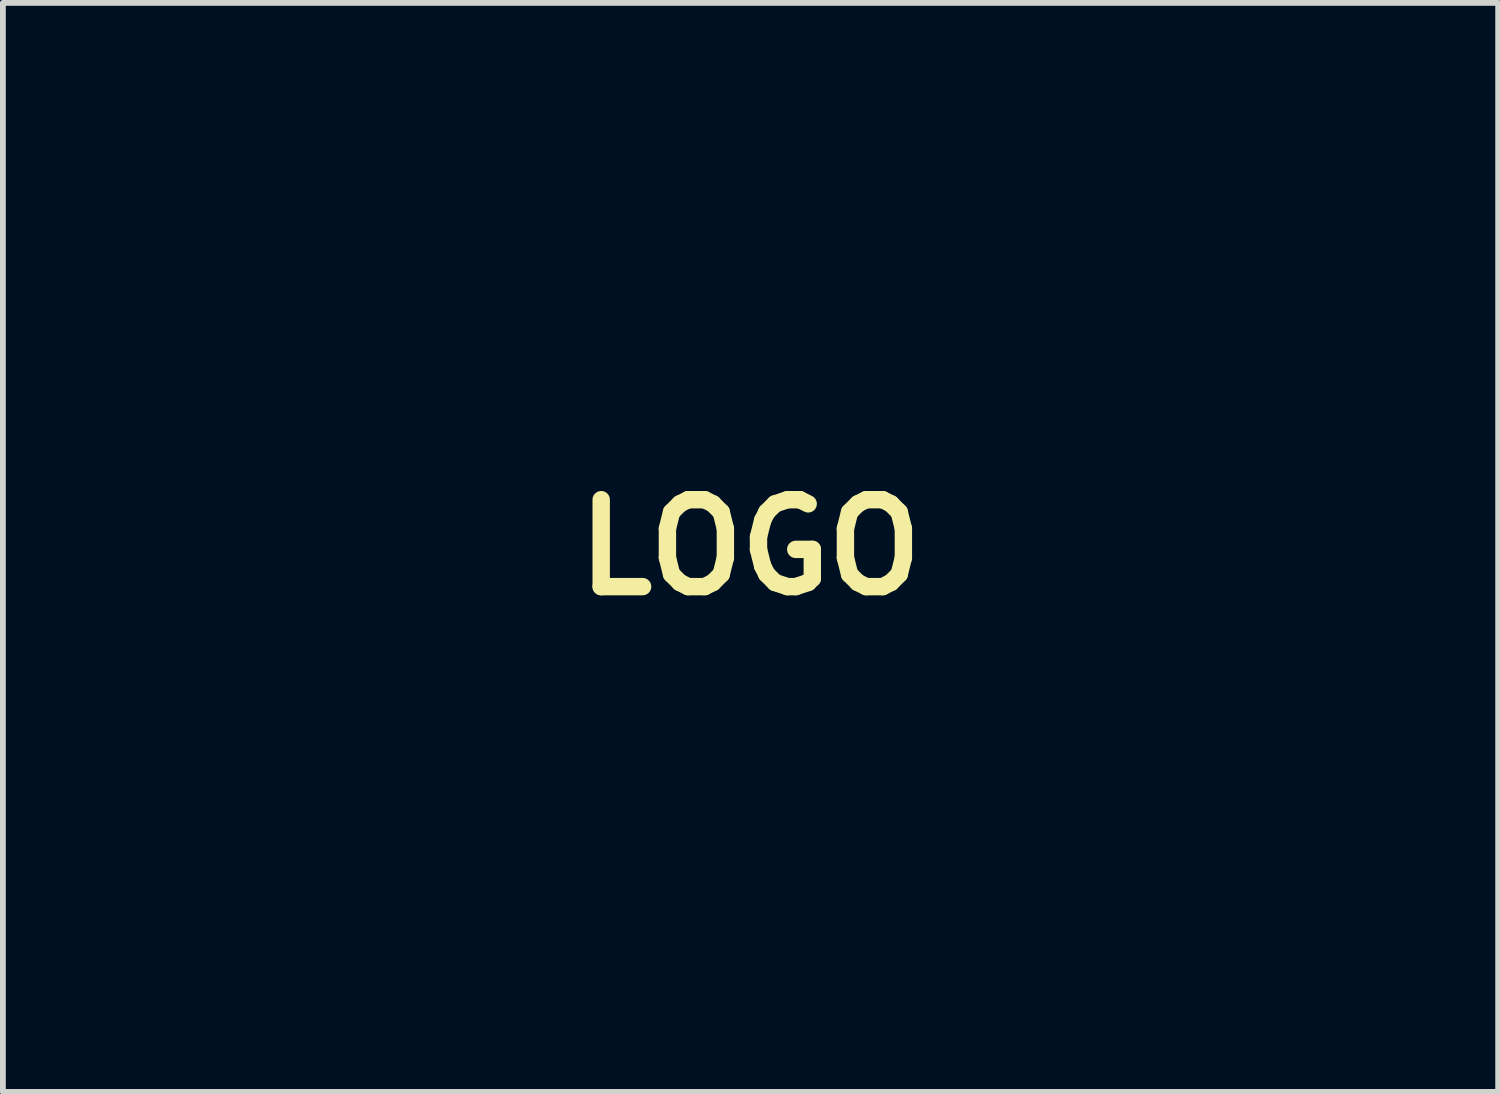
<source format=kicad_pcb>
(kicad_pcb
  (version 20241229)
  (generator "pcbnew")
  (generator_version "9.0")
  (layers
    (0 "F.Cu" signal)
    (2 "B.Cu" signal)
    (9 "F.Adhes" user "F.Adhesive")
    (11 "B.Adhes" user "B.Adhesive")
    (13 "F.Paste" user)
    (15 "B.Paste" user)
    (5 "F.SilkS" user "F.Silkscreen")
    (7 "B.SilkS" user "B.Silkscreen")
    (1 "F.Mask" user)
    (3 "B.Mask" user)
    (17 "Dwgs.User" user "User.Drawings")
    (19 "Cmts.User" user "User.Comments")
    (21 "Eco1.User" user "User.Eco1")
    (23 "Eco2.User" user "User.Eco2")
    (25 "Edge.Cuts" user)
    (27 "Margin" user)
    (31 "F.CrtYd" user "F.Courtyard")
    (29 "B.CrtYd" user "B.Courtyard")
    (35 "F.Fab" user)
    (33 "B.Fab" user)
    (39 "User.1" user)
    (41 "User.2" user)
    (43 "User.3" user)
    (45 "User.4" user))
  (footprint "LOGO"
    (layer "F.Cu")
    (at 9.895 6.394)
    (property "Reference" "LOGO" (at 0 0 0) (layer "F.SilkS") (effects (font (size 1.5 1.5) (thickness 0.3))))
    (attr board_only exclude_from_pos_files exclude_from_bom)
    (fp_poly (pts (xy -8.98 2.141) (xy -8.875 2.157) (xy -8.816 2.173) (xy -8.69 2.225) (xy -8.578 2.294) (xy -8.477 2.381) (xy -8.389 2.483) (xy -8.321 2.593) (xy -8.268 2.719) (xy -8.267 2.721) (xy -8.234 2.818) (xy -8.234 3.617) (xy -8.234 4.417) (xy -8.267 4.514) (xy -8.32 4.64) (xy -8.389 4.751) (xy -8.477 4.853) (xy -8.585 4.946) (xy -8.702 5.016) (xy -8.829 5.065) (xy -8.966 5.091) (xy -9.034 5.096) (xy -9.093 5.097) (xy -9.149 5.096) (xy -9.194 5.092) (xy -9.209 5.089) (xy -9.344 5.052) (xy -9.464 4.998) (xy -9.571 4.926) (xy -9.653 4.854) (xy -9.73 4.767) (xy -9.791 4.676) (xy -9.839 4.575) (xy -9.866 4.496) (xy -9.895 4.405) (xy -9.895 4.381) (xy -9.507 4.381) (xy -9.474 4.447) (xy -9.417 4.54) (xy -9.348 4.613) (xy -9.265 4.667) (xy -9.206 4.692) (xy -9.13 4.709) (xy -9.044 4.712) (xy -8.957 4.7) (xy -8.88 4.675) (xy -8.88 4.675) (xy -8.804 4.628) (xy -8.734 4.564) (xy -8.677 4.488) (xy -8.658 4.453) (xy -8.622 4.381) (xy -8.622 3.617) (xy -8.622 2.854) (xy -8.658 2.781) (xy -8.708 2.702) (xy -8.774 2.631) (xy -8.849 2.575) (xy -8.88 2.559) (xy -8.917 2.543) (xy -8.952 2.533) (xy -8.991 2.528) (xy -9.044 2.527) (xy -9.065 2.527) (xy -9.123 2.528) (xy -9.166 2.531) (xy -9.201 2.54) (xy -9.237 2.554) (xy -9.249 2.559) (xy -9.323 2.604) (xy -9.391 2.666) (xy -9.448 2.738) (xy -9.474 2.784) (xy -9.507 2.854) (xy -9.507 3.617) (xy -9.507 4.381) (xy -9.895 4.381) (xy -9.895 3.617) (xy -9.895 2.83) (xy -9.866 2.739) (xy -9.824 2.626) (xy -9.773 2.528) (xy -9.707 2.44) (xy -9.653 2.381) (xy -9.566 2.303) (xy -9.475 2.243) (xy -9.374 2.195) (xy -9.295 2.167) (xy -9.199 2.146) (xy -9.091 2.138)) (stroke (width 0) (type solid)) (fill yes) (layer "F.Mask"))
    (fp_poly (pts (xy -4.61 2.14) (xy -4.508 2.155) (xy -4.46 2.167) (xy -4.342 2.211) (xy -4.242 2.266) (xy -4.151 2.334) (xy -4.108 2.375) (xy -4.021 2.475) (xy -3.953 2.58) (xy -3.901 2.698) (xy -3.893 2.721) (xy -3.86 2.818) (xy -3.86 3.256) (xy -3.86 3.371) (xy -3.86 3.464) (xy -3.861 3.538) (xy -3.862 3.595) (xy -3.863 3.638) (xy -3.865 3.669) (xy -3.868 3.691) (xy -3.873 3.706) (xy -3.878 3.718) (xy -3.884 3.727) (xy -3.885 3.728) (xy -3.914 3.76) (xy -3.943 3.786) (xy -3.951 3.792) (xy -3.961 3.797) (xy -3.975 3.801) (xy -3.994 3.804) (xy -4.021 3.807) (xy -4.058 3.809) (xy -4.107 3.81) (xy -4.17 3.811) (xy -4.25 3.812) (xy -4.348 3.813) (xy -4.467 3.814) (xy -4.558 3.815) (xy -5.14 3.818) (xy -5.136 4.099) (xy -5.132 4.381) (xy -5.094 4.461) (xy -5.04 4.551) (xy -4.971 4.622) (xy -4.884 4.677) (xy -4.873 4.682) (xy -4.829 4.701) (xy -4.791 4.713) (xy -4.75 4.718) (xy -4.697 4.72) (xy -4.69 4.72) (xy -4.6 4.713) (xy -4.522 4.69) (xy -4.448 4.648) (xy -4.396 4.607) (xy -4.329 4.56) (xy -4.264 4.537) (xy -4.201 4.538) (xy -4.142 4.563) (xy -4.106 4.591) (xy -4.063 4.644) (xy -4.043 4.7) (xy -4.046 4.759) (xy -4.072 4.819) (xy -4.12 4.879) (xy -4.189 4.939) (xy -4.279 4.997) (xy -4.318 5.018) (xy -4.425 5.061) (xy -4.543 5.089) (xy -4.668 5.102) (xy -4.792 5.098) (xy -4.903 5.078) (xy -5.038 5.031) (xy -5.159 4.964) (xy -5.265 4.878) (xy -5.356 4.775) (xy -5.43 4.655) (xy -5.485 4.523) (xy -5.52 4.417) (xy -5.52 3.617) (xy -5.52 3.429) (xy -5.14 3.429) (xy -4.69 3.429) (xy -4.239 3.429) (xy -4.244 3.142) (xy -4.248 2.854) (xy -4.283 2.781) (xy -4.333 2.702) (xy -4.399 2.631) (xy -4.474 2.576) (xy -4.505 2.559) (xy -4.543 2.543) (xy -4.577 2.533) (xy -4.617 2.528) (xy -4.67 2.527) (xy -4.69 2.527) (xy -4.748 2.528) (xy -4.791 2.531) (xy -4.826 2.54) (xy -4.862 2.554) (xy -4.874 2.559) (xy -4.952 2.607) (xy -5.022 2.672) (xy -5.079 2.749) (xy -5.097 2.781) (xy -5.132 2.854) (xy -5.136 3.142) (xy -5.14 3.429) (xy -5.52 3.429) (xy -5.52 2.818) (xy -5.487 2.721) (xy -5.437 2.599) (xy -5.372 2.492) (xy -5.288 2.392) (xy -5.271 2.375) (xy -5.184 2.298) (xy -5.089 2.237) (xy -4.981 2.188) (xy -4.92 2.167) (xy -4.826 2.147) (xy -4.719 2.137)) (stroke (width 0) (type solid)) (fill yes) (layer "F.Mask"))
    (fp_poly (pts (xy 0.697 2.14) (xy 0.799 2.155) (xy 0.848 2.167) (xy 0.966 2.211) (xy 1.066 2.266) (xy 1.157 2.334) (xy 1.2 2.375) (xy 1.287 2.475) (xy 1.355 2.58) (xy 1.407 2.698) (xy 1.415 2.721) (xy 1.448 2.818) (xy 1.448 3.256) (xy 1.448 3.371) (xy 1.448 3.464) (xy 1.447 3.538) (xy 1.446 3.595) (xy 1.445 3.638) (xy 1.442 3.669) (xy 1.439 3.691) (xy 1.435 3.706) (xy 1.43 3.718) (xy 1.424 3.727) (xy 1.423 3.728) (xy 1.394 3.76) (xy 1.365 3.786) (xy 1.356 3.792) (xy 1.347 3.797) (xy 1.333 3.801) (xy 1.314 3.804) (xy 1.287 3.807) (xy 1.25 3.809) (xy 1.201 3.81) (xy 1.138 3.811) (xy 1.058 3.812) (xy 0.959 3.813) (xy 0.84 3.814) (xy 0.75 3.815) (xy 0.168 3.818) (xy 0.172 4.099) (xy 0.176 4.381) (xy 0.214 4.461) (xy 0.268 4.551) (xy 0.337 4.622) (xy 0.424 4.677) (xy 0.434 4.682) (xy 0.479 4.701) (xy 0.517 4.713) (xy 0.557 4.718) (xy 0.611 4.72) (xy 0.618 4.72) (xy 0.708 4.713) (xy 0.786 4.69) (xy 0.86 4.648) (xy 0.912 4.607) (xy 0.979 4.56) (xy 1.044 4.537) (xy 1.106 4.538) (xy 1.166 4.563) (xy 1.202 4.591) (xy 1.245 4.644) (xy 1.265 4.7) (xy 1.261 4.759) (xy 1.236 4.819) (xy 1.188 4.879) (xy 1.119 4.939) (xy 1.029 4.997) (xy 0.989 5.018) (xy 0.883 5.061) (xy 0.764 5.089) (xy 0.64 5.102) (xy 0.516 5.098) (xy 0.404 5.078) (xy 0.27 5.031) (xy 0.149 4.964) (xy 0.042 4.878) (xy -0.049 4.775) (xy -0.122 4.655) (xy -0.177 4.523) (xy -0.212 4.417) (xy -0.212 3.617) (xy -0.212 3.429) (xy 0.168 3.429) (xy 0.618 3.429) (xy 1.068 3.429) (xy 1.064 3.142) (xy 1.06 2.854) (xy 1.025 2.781) (xy 0.975 2.702) (xy 0.909 2.631) (xy 0.834 2.576) (xy 0.803 2.559) (xy 0.765 2.543) (xy 0.731 2.533) (xy 0.691 2.528) (xy 0.638 2.527) (xy 0.618 2.527) (xy 0.559 2.528) (xy 0.517 2.531) (xy 0.481 2.54) (xy 0.446 2.554) (xy 0.433 2.559) (xy 0.356 2.607) (xy 0.286 2.672) (xy 0.229 2.749) (xy 0.211 2.781) (xy 0.176 2.854) (xy 0.172 3.142) (xy 0.168 3.429) (xy -0.212 3.429) (xy -0.212 2.818) (xy -0.179 2.721) (xy -0.129 2.599) (xy -0.064 2.492) (xy 0.02 2.392) (xy 0.036 2.375) (xy 0.124 2.298) (xy 0.219 2.237) (xy 0.327 2.188) (xy 0.388 2.167) (xy 0.482 2.147) (xy 0.589 2.137)) (stroke (width 0) (type solid)) (fill yes) (layer "F.Mask"))
    (fp_poly (pts (xy -2.251 2.201) (xy -2.15 2.242) (xy -2.065 2.288) (xy -1.988 2.345) (xy -1.922 2.406) (xy -1.834 2.507) (xy -1.765 2.617) (xy -1.713 2.741) (xy -1.711 2.745) (xy -1.678 2.842) (xy -1.678 3.91) (xy -1.678 4.096) (xy -1.678 4.258) (xy -1.679 4.4) (xy -1.679 4.521) (xy -1.679 4.625) (xy -1.68 4.712) (xy -1.68 4.784) (xy -1.682 4.843) (xy -1.683 4.89) (xy -1.684 4.926) (xy -1.686 4.953) (xy -1.689 4.974) (xy -1.692 4.988) (xy -1.695 4.998) (xy -1.698 5.005) (xy -1.703 5.011) (xy -1.703 5.012) (xy -1.745 5.058) (xy -1.79 5.085) (xy -1.845 5.095) (xy -1.866 5.096) (xy -1.926 5.09) (xy -1.974 5.069) (xy -2.015 5.03) (xy -2.029 5.012) (xy -2.033 5.006) (xy -2.037 4.999) (xy -2.041 4.989) (xy -2.044 4.975) (xy -2.046 4.955) (xy -2.048 4.927) (xy -2.05 4.891) (xy -2.052 4.845) (xy -2.053 4.786) (xy -2.054 4.715) (xy -2.055 4.628) (xy -2.056 4.524) (xy -2.057 4.402) (xy -2.058 4.261) (xy -2.059 4.098) (xy -2.06 3.928) (xy -2.066 2.878) (xy -2.102 2.806) (xy -2.157 2.72) (xy -2.23 2.646) (xy -2.315 2.59) (xy -2.321 2.586) (xy -2.393 2.551) (xy -2.681 2.547) (xy -2.969 2.543) (xy -2.972 3.761) (xy -2.972 3.959) (xy -2.973 4.135) (xy -2.973 4.29) (xy -2.974 4.424) (xy -2.975 4.54) (xy -2.975 4.639) (xy -2.976 4.722) (xy -2.977 4.791) (xy -2.978 4.848) (xy -2.98 4.893) (xy -2.981 4.928) (xy -2.983 4.954) (xy -2.986 4.974) (xy -2.988 4.988) (xy -2.992 4.998) (xy -2.995 5.005) (xy -2.999 5.011) (xy -3 5.012) (xy -3.028 5.044) (xy -3.057 5.069) (xy -3.097 5.088) (xy -3.15 5.097) (xy -3.203 5.096) (xy -3.242 5.085) (xy -3.286 5.056) (xy -3.323 5.013) (xy -3.347 4.967) (xy -3.351 4.953) (xy -3.352 4.936) (xy -3.352 4.896) (xy -3.353 4.835) (xy -3.354 4.755) (xy -3.354 4.657) (xy -3.355 4.543) (xy -3.355 4.414) (xy -3.355 4.273) (xy -3.355 4.12) (xy -3.355 3.958) (xy -3.355 3.787) (xy -3.354 3.61) (xy -3.354 3.597) (xy -3.354 3.39) (xy -3.353 3.206) (xy -3.353 3.043) (xy -3.352 2.901) (xy -3.351 2.777) (xy -3.351 2.671) (xy -3.35 2.58) (xy -3.349 2.504) (xy -3.348 2.442) (xy -3.347 2.391) (xy -3.345 2.351) (xy -3.343 2.32) (xy -3.341 2.296) (xy -3.339 2.279) (xy -3.336 2.267) (xy -3.333 2.258) (xy -3.329 2.252) (xy -3.326 2.247) (xy -3.297 2.214) (xy -3.267 2.188) (xy -3.258 2.182) (xy -3.247 2.176) (xy -3.231 2.172) (xy -3.21 2.169) (xy -3.179 2.167) (xy -3.137 2.165) (xy -3.08 2.164) (xy -3.008 2.163) (xy -2.916 2.163) (xy -2.802 2.163) (xy -2.795 2.163) (xy -2.357 2.163)) (stroke (width 0) (type solid)) (fill yes) (layer "F.Mask"))
    (fp_poly (pts (xy 4.435 0.848) (xy 4.482 0.869) (xy 4.524 0.908) (xy 4.538 0.926) (xy 4.543 0.934) (xy 4.548 0.944) (xy 4.552 0.957) (xy 4.555 0.976) (xy 4.558 1.002) (xy 4.56 1.039) (xy 4.561 1.087) (xy 4.563 1.149) (xy 4.564 1.228) (xy 4.564 1.325) (xy 4.565 1.442) (xy 4.566 1.557) (xy 4.569 2.155) (xy 4.875 2.16) (xy 4.97 2.161) (xy 5.044 2.163) (xy 5.102 2.165) (xy 5.146 2.168) (xy 5.182 2.172) (xy 5.212 2.178) (xy 5.24 2.185) (xy 5.27 2.194) (xy 5.278 2.197) (xy 5.404 2.249) (xy 5.515 2.318) (xy 5.617 2.406) (xy 5.704 2.507) (xy 5.773 2.617) (xy 5.826 2.743) (xy 5.826 2.745) (xy 5.859 2.842) (xy 5.859 3.91) (xy 5.859 4.096) (xy 5.859 4.258) (xy 5.859 4.4) (xy 5.859 4.521) (xy 5.858 4.625) (xy 5.858 4.712) (xy 5.857 4.784) (xy 5.856 4.843) (xy 5.855 4.89) (xy 5.853 4.926) (xy 5.851 4.953) (xy 5.849 4.974) (xy 5.846 4.988) (xy 5.843 4.998) (xy 5.839 5.005) (xy 5.835 5.011) (xy 5.834 5.012) (xy 5.792 5.058) (xy 5.748 5.085) (xy 5.693 5.095) (xy 5.671 5.096) (xy 5.611 5.09) (xy 5.564 5.069) (xy 5.522 5.03) (xy 5.509 5.012) (xy 5.504 5.006) (xy 5.5 4.999) (xy 5.497 4.989) (xy 5.494 4.975) (xy 5.492 4.955) (xy 5.489 4.927) (xy 5.488 4.891) (xy 5.486 4.845) (xy 5.485 4.786) (xy 5.483 4.715) (xy 5.482 4.628) (xy 5.481 4.524) (xy 5.48 4.402) (xy 5.479 4.261) (xy 5.478 4.098) (xy 5.477 3.928) (xy 5.471 2.878) (xy 5.436 2.806) (xy 5.381 2.72) (xy 5.308 2.646) (xy 5.223 2.59) (xy 5.217 2.586) (xy 5.144 2.551) (xy 4.857 2.547) (xy 4.569 2.543) (xy 4.566 3.761) (xy 4.565 3.959) (xy 4.565 4.135) (xy 4.564 4.29) (xy 4.564 4.424) (xy 4.563 4.54) (xy 4.562 4.639) (xy 4.561 4.722) (xy 4.56 4.791) (xy 4.559 4.848) (xy 4.558 4.893) (xy 4.556 4.928) (xy 4.554 4.954) (xy 4.552 4.974) (xy 4.549 4.988) (xy 4.546 4.998) (xy 4.543 5.005) (xy 4.539 5.011) (xy 4.538 5.012) (xy 4.509 5.044) (xy 4.481 5.069) (xy 4.44 5.088) (xy 4.388 5.097) (xy 4.334 5.096) (xy 4.295 5.085) (xy 4.252 5.056) (xy 4.214 5.013) (xy 4.19 4.967) (xy 4.187 4.953) (xy 4.186 4.937) (xy 4.185 4.898) (xy 4.185 4.837) (xy 4.184 4.756) (xy 4.184 4.655) (xy 4.183 4.538) (xy 4.183 4.403) (xy 4.183 4.254) (xy 4.183 4.091) (xy 4.183 3.915) (xy 4.183 3.728) (xy 4.183 3.531) (xy 4.183 3.326) (xy 4.183 3.113) (xy 4.183 2.937) (xy 4.184 2.68) (xy 4.184 2.447) (xy 4.185 2.236) (xy 4.185 2.046) (xy 4.186 1.876) (xy 4.186 1.724) (xy 4.187 1.59) (xy 4.187 1.472) (xy 4.188 1.37) (xy 4.189 1.281) (xy 4.19 1.206) (xy 4.191 1.143) (xy 4.192 1.091) (xy 4.193 1.049) (xy 4.195 1.015) (xy 4.196 0.988) (xy 4.198 0.968) (xy 4.2 0.954) (xy 4.203 0.943) (xy 4.205 0.936) (xy 4.208 0.931) (xy 4.212 0.926) (xy 4.212 0.926) (xy 4.254 0.879) (xy 4.298 0.853) (xy 4.353 0.843) (xy 4.375 0.842)) (stroke (width 0) (type solid)) (fill yes) (layer "F.Mask"))
    (fp_poly (pts (xy 9.21 2.14) (xy 9.274 2.14) (xy 9.322 2.143) (xy 9.361 2.15) (xy 9.401 2.161) (xy 9.448 2.177) (xy 9.452 2.179) (xy 9.572 2.235) (xy 9.68 2.306) (xy 9.773 2.39) (xy 9.847 2.484) (xy 9.861 2.507) (xy 9.888 2.572) (xy 9.893 2.637) (xy 9.878 2.697) (xy 9.842 2.748) (xy 9.792 2.784) (xy 9.725 2.806) (xy 9.661 2.806) (xy 9.602 2.783) (xy 9.553 2.739) (xy 9.534 2.712) (xy 9.477 2.636) (xy 9.409 2.581) (xy 9.327 2.545) (xy 9.231 2.529) (xy 9.198 2.528) (xy 9.115 2.532) (xy 9.047 2.549) (xy 8.988 2.581) (xy 8.928 2.632) (xy 8.925 2.635) (xy 8.868 2.708) (xy 8.83 2.789) (xy 8.812 2.875) (xy 8.814 2.962) (xy 8.836 3.045) (xy 8.878 3.121) (xy 8.896 3.143) (xy 8.919 3.165) (xy 8.96 3.199) (xy 9.017 3.243) (xy 9.086 3.295) (xy 9.166 3.353) (xy 9.255 3.416) (xy 9.281 3.434) (xy 9.364 3.493) (xy 9.443 3.55) (xy 9.516 3.604) (xy 9.58 3.652) (xy 9.631 3.692) (xy 9.667 3.721) (xy 9.679 3.733) (xy 9.763 3.83) (xy 9.828 3.937) (xy 9.869 4.035) (xy 9.885 4.079) (xy 9.895 4.117) (xy 9.901 4.154) (xy 9.905 4.197) (xy 9.906 4.253) (xy 9.906 4.302) (xy 9.903 4.407) (xy 9.893 4.495) (xy 9.872 4.573) (xy 9.841 4.647) (xy 9.796 4.724) (xy 9.792 4.731) (xy 9.708 4.839) (xy 9.609 4.93) (xy 9.498 5.002) (xy 9.378 5.056) (xy 9.252 5.09) (xy 9.121 5.102) (xy 8.99 5.092) (xy 8.922 5.077) (xy 8.799 5.034) (xy 8.684 4.972) (xy 8.58 4.893) (xy 8.493 4.802) (xy 8.455 4.75) (xy 8.418 4.679) (xy 8.402 4.61) (xy 8.407 4.548) (xy 8.432 4.495) (xy 8.476 4.452) (xy 8.539 4.424) (xy 8.545 4.422) (xy 8.613 4.414) (xy 8.671 4.429) (xy 8.723 4.466) (xy 8.74 4.486) (xy 8.792 4.549) (xy 8.835 4.596) (xy 8.874 4.63) (xy 8.912 4.657) (xy 8.94 4.672) (xy 8.978 4.69) (xy 9.012 4.7) (xy 9.051 4.706) (xy 9.102 4.707) (xy 9.119 4.708) (xy 9.175 4.707) (xy 9.215 4.703) (xy 9.248 4.695) (xy 9.283 4.68) (xy 9.297 4.673) (xy 9.376 4.622) (xy 9.444 4.554) (xy 9.491 4.484) (xy 9.504 4.455) (xy 9.512 4.426) (xy 9.517 4.39) (xy 9.519 4.34) (xy 9.519 4.302) (xy 9.518 4.243) (xy 9.516 4.202) (xy 9.511 4.171) (xy 9.501 4.144) (xy 9.485 4.113) (xy 9.483 4.11) (xy 9.471 4.088) (xy 9.458 4.069) (xy 9.443 4.05) (xy 9.424 4.029) (xy 9.398 4.006) (xy 9.364 3.979) (xy 9.32 3.945) (xy 9.264 3.904) (xy 9.194 3.853) (xy 9.107 3.791) (xy 9.016 3.726) (xy 8.918 3.657) (xy 8.831 3.593) (xy 8.755 3.536) (xy 8.694 3.488) (xy 8.649 3.451) (xy 8.621 3.425) (xy 8.62 3.423) (xy 8.546 3.323) (xy 8.486 3.207) (xy 8.457 3.127) (xy 8.436 3.034) (xy 8.427 2.931) (xy 8.43 2.827) (xy 8.443 2.73) (xy 8.455 2.684) (xy 8.506 2.562) (xy 8.578 2.45) (xy 8.667 2.351) (xy 8.772 2.267) (xy 8.889 2.202) (xy 8.98 2.167) (xy 9.029 2.153) (xy 9.076 2.145) (xy 9.13 2.141) (xy 9.198 2.139)) (stroke (width 0) (type solid)) (fill yes) (layer "F.Mask"))
    (fp_poly (pts (xy 8.03 2.157) (xy 8.081 2.189) (xy 8.12 2.236) (xy 8.141 2.294) (xy 8.144 2.325) (xy 8.14 2.34) (xy 8.13 2.376) (xy 8.114 2.432) (xy 8.093 2.507) (xy 8.066 2.599) (xy 8.035 2.707) (xy 7.999 2.828) (xy 7.96 2.962) (xy 7.918 3.106) (xy 7.872 3.26) (xy 7.825 3.422) (xy 7.775 3.59) (xy 7.724 3.762) (xy 7.672 3.937) (xy 7.619 4.114) (xy 7.567 4.291) (xy 7.514 4.467) (xy 7.463 4.639) (xy 7.413 4.806) (xy 7.365 4.968) (xy 7.319 5.121) (xy 7.275 5.266) (xy 7.235 5.399) (xy 7.198 5.52) (xy 7.166 5.627) (xy 7.138 5.719) (xy 7.124 5.762) (xy 7.087 5.87) (xy 7.047 5.959) (xy 7 6.036) (xy 6.943 6.107) (xy 6.908 6.144) (xy 6.797 6.239) (xy 6.676 6.312) (xy 6.547 6.362) (xy 6.411 6.39) (xy 6.368 6.394) (xy 6.316 6.397) (xy 6.28 6.395) (xy 6.251 6.388) (xy 6.221 6.374) (xy 6.218 6.372) (xy 6.165 6.332) (xy 6.132 6.278) (xy 6.12 6.212) (xy 6.12 6.207) (xy 6.128 6.141) (xy 6.153 6.089) (xy 6.196 6.05) (xy 6.259 6.024) (xy 6.341 6.009) (xy 6.451 5.987) (xy 6.544 5.947) (xy 6.621 5.888) (xy 6.682 5.812) (xy 6.698 5.784) (xy 6.712 5.752) (xy 6.731 5.702) (xy 6.754 5.637) (xy 6.779 5.561) (xy 6.806 5.476) (xy 6.833 5.387) (xy 6.861 5.295) (xy 6.887 5.206) (xy 6.911 5.121) (xy 6.931 5.045) (xy 6.948 4.98) (xy 6.959 4.93) (xy 6.964 4.899) (xy 6.964 4.891) (xy 6.96 4.874) (xy 6.949 4.836) (xy 6.932 4.778) (xy 6.91 4.701) (xy 6.882 4.608) (xy 6.85 4.499) (xy 6.814 4.376) (xy 6.774 4.242) (xy 6.731 4.097) (xy 6.685 3.943) (xy 6.637 3.782) (xy 6.598 3.654) (xy 6.549 3.487) (xy 6.501 3.327) (xy 6.455 3.173) (xy 6.412 3.029) (xy 6.372 2.895) (xy 6.335 2.773) (xy 6.303 2.665) (xy 6.276 2.573) (xy 6.254 2.497) (xy 6.237 2.441) (xy 6.226 2.404) (xy 6.223 2.392) (xy 6.214 2.319) (xy 6.227 2.256) (xy 6.263 2.202) (xy 6.271 2.194) (xy 6.323 2.158) (xy 6.381 2.142) (xy 6.441 2.145) (xy 6.498 2.165) (xy 6.544 2.202) (xy 6.568 2.237) (xy 6.574 2.254) (xy 6.587 2.292) (xy 6.605 2.35) (xy 6.629 2.426) (xy 6.657 2.518) (xy 6.689 2.625) (xy 6.725 2.744) (xy 6.764 2.873) (xy 6.806 3.012) (xy 6.85 3.158) (xy 6.877 3.251) (xy 6.921 3.399) (xy 6.964 3.541) (xy 7.004 3.674) (xy 7.041 3.797) (xy 7.074 3.908) (xy 7.104 4.005) (xy 7.129 4.087) (xy 7.149 4.152) (xy 7.163 4.198) (xy 7.172 4.224) (xy 7.174 4.229) (xy 7.178 4.218) (xy 7.189 4.185) (xy 7.206 4.132) (xy 7.228 4.062) (xy 7.255 3.975) (xy 7.286 3.874) (xy 7.321 3.76) (xy 7.359 3.635) (xy 7.399 3.5) (xy 7.442 3.359) (xy 7.458 3.305) (xy 7.502 3.159) (xy 7.545 3.018) (xy 7.585 2.884) (xy 7.623 2.759) (xy 7.657 2.645) (xy 7.687 2.544) (xy 7.713 2.458) (xy 7.734 2.39) (xy 7.749 2.339) (xy 7.758 2.31) (xy 7.759 2.306) (xy 7.79 2.234) (xy 7.832 2.183) (xy 7.888 2.152) (xy 7.906 2.146) (xy 7.97 2.141)) (stroke (width 0) (type solid)) (fill yes) (layer "F.Mask"))
    (fp_poly (pts (xy -6.577 2.201) (xy -6.476 2.242) (xy -6.391 2.288) (xy -6.314 2.345) (xy -6.248 2.406) (xy -6.16 2.507) (xy -6.091 2.617) (xy -6.039 2.741) (xy -6.038 2.745) (xy -6.005 2.842) (xy -6.005 3.617) (xy -6.005 4.393) (xy -6.038 4.49) (xy -6.09 4.615) (xy -6.158 4.725) (xy -6.245 4.826) (xy -6.248 4.828) (xy -6.326 4.899) (xy -6.404 4.954) (xy -6.492 4.999) (xy -6.577 5.033) (xy -6.61 5.045) (xy -6.639 5.053) (xy -6.666 5.06) (xy -6.697 5.065) (xy -6.734 5.069) (xy -6.781 5.071) (xy -6.843 5.073) (xy -6.922 5.074) (xy -6.989 5.075) (xy -7.295 5.08) (xy -7.298 5.678) (xy -7.299 5.814) (xy -7.299 5.927) (xy -7.3 6.021) (xy -7.301 6.097) (xy -7.303 6.157) (xy -7.304 6.203) (xy -7.306 6.237) (xy -7.309 6.263) (xy -7.312 6.28) (xy -7.317 6.293) (xy -7.321 6.302) (xy -7.326 6.309) (xy -7.354 6.341) (xy -7.383 6.366) (xy -7.424 6.385) (xy -7.476 6.394) (xy -7.53 6.393) (xy -7.568 6.382) (xy -7.612 6.352) (xy -7.65 6.31) (xy -7.673 6.263) (xy -7.677 6.25) (xy -7.678 6.233) (xy -7.678 6.194) (xy -7.679 6.133) (xy -7.68 6.052) (xy -7.68 5.952) (xy -7.68 5.834) (xy -7.681 5.7) (xy -7.681 5.551) (xy -7.681 5.388) (xy -7.681 5.212) (xy -7.681 5.026) (xy -7.681 4.829) (xy -7.681 4.624) (xy -7.681 4.412) (xy -7.68 4.245) (xy -7.68 3.99) (xy -7.68 3.758) (xy -7.679 3.547) (xy -7.679 3.358) (xy -7.678 3.188) (xy -7.678 3.038) (xy -7.677 2.904) (xy -7.677 2.787) (xy -7.676 2.685) (xy -7.675 2.598) (xy -7.675 2.545) (xy -7.295 2.545) (xy -7.295 3.617) (xy -7.295 4.69) (xy -7.036 4.69) (xy -6.945 4.689) (xy -6.874 4.688) (xy -6.82 4.686) (xy -6.778 4.683) (xy -6.745 4.678) (xy -6.716 4.671) (xy -6.704 4.667) (xy -6.609 4.626) (xy -6.528 4.567) (xy -6.462 4.488) (xy -6.418 4.411) (xy -6.413 4.399) (xy -6.408 4.387) (xy -6.405 4.373) (xy -6.401 4.354) (xy -6.399 4.329) (xy -6.397 4.296) (xy -6.395 4.253) (xy -6.394 4.197) (xy -6.393 4.128) (xy -6.393 4.043) (xy -6.393 3.94) (xy -6.392 3.818) (xy -6.392 3.674) (xy -6.392 3.617) (xy -6.392 3.465) (xy -6.393 3.335) (xy -6.393 3.226) (xy -6.393 3.135) (xy -6.394 3.06) (xy -6.395 3) (xy -6.396 2.953) (xy -6.398 2.916) (xy -6.4 2.889) (xy -6.403 2.868) (xy -6.407 2.852) (xy -6.411 2.839) (xy -6.416 2.828) (xy -6.418 2.824) (xy -6.475 2.729) (xy -6.544 2.654) (xy -6.628 2.598) (xy -6.704 2.567) (xy -6.733 2.559) (xy -6.764 2.554) (xy -6.802 2.55) (xy -6.851 2.547) (xy -6.914 2.545) (xy -6.996 2.545) (xy -7.036 2.545) (xy -7.295 2.545) (xy -7.675 2.545) (xy -7.674 2.523) (xy -7.673 2.461) (xy -7.672 2.409) (xy -7.671 2.367) (xy -7.669 2.334) (xy -7.667 2.308) (xy -7.666 2.288) (xy -7.663 2.274) (xy -7.661 2.264) (xy -7.658 2.257) (xy -7.655 2.251) (xy -7.652 2.247) (xy -7.652 2.247) (xy -7.623 2.214) (xy -7.593 2.188) (xy -7.584 2.182) (xy -7.573 2.176) (xy -7.558 2.172) (xy -7.536 2.169) (xy -7.505 2.167) (xy -7.463 2.165) (xy -7.407 2.164) (xy -7.334 2.163) (xy -7.242 2.163) (xy -7.128 2.163) (xy -7.122 2.163) (xy -6.683 2.163)) (stroke (width 0) (type solid)) (fill yes) (layer "F.Mask"))
    (fp_poly (pts (xy 3.069 2.201) (xy 3.17 2.242) (xy 3.255 2.288) (xy 3.332 2.345) (xy 3.398 2.406) (xy 3.486 2.507) (xy 3.555 2.617) (xy 3.607 2.741) (xy 3.609 2.745) (xy 3.642 2.842) (xy 3.642 3.617) (xy 3.642 4.393) (xy 3.609 4.49) (xy 3.556 4.615) (xy 3.488 4.725) (xy 3.401 4.826) (xy 3.398 4.828) (xy 3.321 4.899) (xy 3.242 4.954) (xy 3.155 4.999) (xy 3.069 5.033) (xy 3.036 5.045) (xy 3.008 5.053) (xy 2.98 5.06) (xy 2.95 5.065) (xy 2.913 5.069) (xy 2.865 5.071) (xy 2.804 5.073) (xy 2.724 5.074) (xy 2.657 5.075) (xy 2.352 5.08) (xy 2.348 5.678) (xy 2.347 5.814) (xy 2.347 5.927) (xy 2.346 6.021) (xy 2.345 6.097) (xy 2.343 6.157) (xy 2.342 6.203) (xy 2.34 6.237) (xy 2.337 6.263) (xy 2.334 6.28) (xy 2.33 6.293) (xy 2.325 6.302) (xy 2.32 6.309) (xy 2.292 6.341) (xy 2.263 6.366) (xy 2.223 6.385) (xy 2.17 6.394) (xy 2.117 6.393) (xy 2.078 6.382) (xy 2.034 6.352) (xy 1.997 6.31) (xy 1.973 6.263) (xy 1.969 6.25) (xy 1.969 6.233) (xy 1.968 6.194) (xy 1.967 6.133) (xy 1.967 6.052) (xy 1.966 5.952) (xy 1.966 5.834) (xy 1.965 5.7) (xy 1.965 5.551) (xy 1.965 5.388) (xy 1.965 5.212) (xy 1.965 5.026) (xy 1.965 4.829) (xy 1.965 4.624) (xy 1.965 4.412) (xy 1.966 4.245) (xy 1.966 3.99) (xy 1.967 3.758) (xy 1.967 3.547) (xy 1.967 3.358) (xy 1.968 3.188) (xy 1.968 3.038) (xy 1.969 2.904) (xy 1.97 2.787) (xy 1.97 2.685) (xy 1.971 2.598) (xy 1.972 2.545) (xy 2.351 2.545) (xy 2.351 3.617) (xy 2.351 4.69) (xy 2.61 4.69) (xy 2.701 4.689) (xy 2.772 4.688) (xy 2.826 4.686) (xy 2.868 4.683) (xy 2.901 4.678) (xy 2.93 4.671) (xy 2.942 4.667) (xy 3.037 4.626) (xy 3.118 4.567) (xy 3.184 4.488) (xy 3.228 4.411) (xy 3.233 4.399) (xy 3.238 4.387) (xy 3.242 4.373) (xy 3.245 4.354) (xy 3.247 4.329) (xy 3.249 4.296) (xy 3.251 4.253) (xy 3.252 4.197) (xy 3.253 4.128) (xy 3.253 4.043) (xy 3.254 3.94) (xy 3.254 3.818) (xy 3.254 3.674) (xy 3.254 3.617) (xy 3.254 3.465) (xy 3.254 3.335) (xy 3.253 3.226) (xy 3.253 3.135) (xy 3.252 3.06) (xy 3.251 3) (xy 3.25 2.953) (xy 3.248 2.916) (xy 3.246 2.889) (xy 3.243 2.868) (xy 3.239 2.852) (xy 3.235 2.839) (xy 3.23 2.828) (xy 3.228 2.824) (xy 3.172 2.729) (xy 3.102 2.654) (xy 3.019 2.598) (xy 2.942 2.567) (xy 2.913 2.559) (xy 2.882 2.554) (xy 2.844 2.55) (xy 2.796 2.547) (xy 2.732 2.545) (xy 2.65 2.545) (xy 2.61 2.545) (xy 2.351 2.545) (xy 1.972 2.545) (xy 1.972 2.523) (xy 1.973 2.461) (xy 1.974 2.409) (xy 1.975 2.367) (xy 1.977 2.334) (xy 1.979 2.308) (xy 1.981 2.288) (xy 1.983 2.274) (xy 1.985 2.264) (xy 1.988 2.257) (xy 1.991 2.251) (xy 1.994 2.247) (xy 1.994 2.247) (xy 2.023 2.214) (xy 2.053 2.188) (xy 2.062 2.182) (xy 2.073 2.176) (xy 2.089 2.172) (xy 2.11 2.169) (xy 2.141 2.167) (xy 2.183 2.165) (xy 2.239 2.164) (xy 2.312 2.163) (xy 2.404 2.163) (xy 2.518 2.163) (xy 2.525 2.163) (xy 2.963 2.163)) (stroke (width 0) (type solid)) (fill yes) (layer "F.Mask"))
    (fp_poly (pts (xy 0.479 -6.389) (xy 0.561 -6.359) (xy 0.572 -6.354) (xy 0.626 -6.317) (xy 0.669 -6.269) (xy 0.704 -6.205) (xy 0.72 -6.165) (xy 0.728 -6.147) (xy 0.743 -6.108) (xy 0.767 -6.049) (xy 0.799 -5.971) (xy 0.837 -5.876) (xy 0.882 -5.764) (xy 0.933 -5.638) (xy 0.99 -5.497) (xy 1.051 -5.345) (xy 1.118 -5.181) (xy 1.188 -5.007) (xy 1.262 -4.825) (xy 1.339 -4.635) (xy 1.418 -4.439) (xy 1.499 -4.238) (xy 1.582 -4.034) (xy 1.666 -3.827) (xy 1.75 -3.619) (xy 1.834 -3.411) (xy 1.918 -3.204) (xy 2 -3) (xy 2.082 -2.8) (xy 2.161 -2.605) (xy 2.237 -2.417) (xy 2.31 -2.236) (xy 2.38 -2.063) (xy 2.446 -1.902) (xy 2.507 -1.751) (xy 2.563 -1.613) (xy 2.613 -1.489) (xy 2.657 -1.38) (xy 2.695 -1.288) (xy 2.725 -1.213) (xy 2.748 -1.157) (xy 2.763 -1.121) (xy 2.768 -1.109) (xy 2.793 -1.026) (xy 2.797 -0.946) (xy 2.778 -0.862) (xy 2.777 -0.859) (xy 2.771 -0.84) (xy 2.759 -0.8) (xy 2.741 -0.741) (xy 2.719 -0.664) (xy 2.691 -0.573) (xy 2.661 -0.468) (xy 2.627 -0.352) (xy 2.59 -0.227) (xy 2.551 -0.095) (xy 2.511 0.042) (xy 2.47 0.182) (xy 2.429 0.323) (xy 2.388 0.462) (xy 2.349 0.599) (xy 2.31 0.73) (xy 2.274 0.854) (xy 2.241 0.969) (xy 2.211 1.073) (xy 2.185 1.163) (xy 2.163 1.238) (xy 2.147 1.296) (xy 2.136 1.334) (xy 2.132 1.346) (xy 2.103 1.413) (xy 2.055 1.47) (xy 1.993 1.515) (xy 1.921 1.546) (xy 1.845 1.558) (xy 1.769 1.551) (xy 1.767 1.551) (xy 1.727 1.538) (xy 1.683 1.519) (xy 1.677 1.516) (xy 1.662 1.509) (xy 1.625 1.494) (xy 1.568 1.47) (xy 1.492 1.438) (xy 1.396 1.398) (xy 1.282 1.35) (xy 1.151 1.296) (xy 1.003 1.234) (xy 0.841 1.167) (xy 0.663 1.093) (xy 0.472 1.013) (xy 0.267 0.929) (xy 0.051 0.839) (xy -0.177 0.744) (xy -0.415 0.646) (xy -0.662 0.543) (xy -0.918 0.437) (xy -1.182 0.328) (xy -1.452 0.216) (xy -1.729 0.101) (xy -1.884 0.037) (xy -2.164 -0.079) (xy -2.438 -0.193) (xy -2.706 -0.303) (xy -2.966 -0.411) (xy -3.218 -0.516) (xy -3.461 -0.616) (xy -3.695 -0.713) (xy -3.917 -0.805) (xy -4.128 -0.893) (xy -4.327 -0.975) (xy -4.512 -1.052) (xy -4.683 -1.123) (xy -4.839 -1.187) (xy -4.915 -1.219) (xy -3.33 -1.219) (xy -3.319 -1.214) (xy -3.287 -1.2) (xy -3.236 -1.179) (xy -3.166 -1.149) (xy -3.079 -1.113) (xy -2.976 -1.07) (xy -2.859 -1.021) (xy -2.728 -0.966) (xy -2.586 -0.907) (xy -2.433 -0.843) (xy -2.271 -0.776) (xy -2.101 -0.705) (xy -1.924 -0.632) (xy -1.743 -0.557) (xy -1.557 -0.479) (xy -1.368 -0.401) (xy -1.179 -0.323) (xy -0.989 -0.244) (xy -0.801 -0.166) (xy -0.615 -0.089) (xy -0.433 -0.014) (xy -0.257 0.059) (xy -0.087 0.13) (xy 0.075 0.196) (xy 0.227 0.26) (xy 0.369 0.318) (xy 0.499 0.372) (xy 0.616 0.42) (xy 0.719 0.462) (xy 0.805 0.498) (xy 0.875 0.526) (xy 0.926 0.547) (xy 0.957 0.559) (xy 0.967 0.563) (xy 0.961 0.553) (xy 0.941 0.525) (xy 0.91 0.48) (xy 0.868 0.42) (xy 0.815 0.347) (xy 0.754 0.262) (xy 0.686 0.166) (xy 0.611 0.061) (xy 0.53 -0.051) (xy 0.445 -0.169) (xy 0.441 -0.175) (xy 0.355 -0.294) (xy 0.274 -0.407) (xy 0.197 -0.512) (xy 0.127 -0.609) (xy 0.064 -0.695) (xy 0.009 -0.769) (xy -0.036 -0.83) (xy -0.038 -0.833) (xy 0.72 -0.833) (xy 0.726 -0.823) (xy 0.744 -0.794) (xy 0.774 -0.75) (xy 0.813 -0.694) (xy 0.861 -0.626) (xy 0.915 -0.549) (xy 0.975 -0.465) (xy 0.995 -0.437) (xy 1.056 -0.352) (xy 1.113 -0.273) (xy 1.165 -0.203) (xy 1.208 -0.144) (xy 1.243 -0.098) (xy 1.267 -0.067) (xy 1.278 -0.052) (xy 1.279 -0.051) (xy 1.278 -0.064) (xy 1.273 -0.097) (xy 1.264 -0.148) (xy 1.251 -0.215) (xy 1.237 -0.293) (xy 1.22 -0.381) (xy 1.212 -0.423) (xy 1.194 -0.514) (xy 1.177 -0.597) (xy 1.163 -0.67) (xy 1.151 -0.728) (xy 1.149 -0.734) (xy 1.772 -0.734) (xy 1.773 -0.721) (xy 1.777 -0.688) (xy 1.786 -0.639) (xy 1.796 -0.577) (xy 1.809 -0.506) (xy 1.823 -0.43) (xy 1.838 -0.351) (xy 1.853 -0.275) (xy 1.867 -0.204) (xy 1.88 -0.142) (xy 1.891 -0.094) (xy 1.899 -0.061) (xy 1.903 -0.049) (xy 1.903 -0.048) (xy 1.908 -0.06) (xy 1.919 -0.091) (xy 1.935 -0.14) (xy 1.955 -0.203) (xy 1.977 -0.278) (xy 2.001 -0.361) (xy 2.004 -0.369) (xy 2.028 -0.453) (xy 2.05 -0.53) (xy 2.069 -0.596) (xy 2.083 -0.648) (xy 2.093 -0.684) (xy 2.096 -0.7) (xy 2.096 -0.7) (xy 2.085 -0.705) (xy 2.055 -0.711) (xy 2.012 -0.717) (xy 1.961 -0.723) (xy 1.907 -0.729) (xy 1.855 -0.733) (xy 1.812 -0.736) (xy 1.783 -0.736) (xy 1.772 -0.734) (xy 1.149 -0.734) (xy 1.142 -0.77) (xy 1.136 -0.793) (xy 1.135 -0.796) (xy 1.121 -0.799) (xy 1.089 -0.804) (xy 1.042 -0.809) (xy 0.985 -0.815) (xy 0.924 -0.82) (xy 0.863 -0.826) (xy 0.807 -0.83) (xy 0.762 -0.833) (xy 0.731 -0.834) (xy 0.72 -0.833) (xy -0.038 -0.833) (xy -0.07 -0.875) (xy -0.092 -0.905) (xy -0.102 -0.916) (xy -0.102 -0.916) (xy -0.116 -0.917) (xy -0.152 -0.921) (xy -0.208 -0.927) (xy -0.284 -0.934) (xy -0.376 -0.943) (xy -0.484 -0.954) (xy -0.606 -0.965) (xy -0.74 -0.978) (xy -0.885 -0.992) (xy -1.038 -1.006) (xy -1.198 -1.022) (xy -1.363 -1.037) (xy -1.532 -1.053) (xy -1.702 -1.069) (xy -1.873 -1.085) (xy -2.042 -1.101) (xy -2.208 -1.117) (xy -2.369 -1.132) (xy -2.523 -1.146) (xy -2.669 -1.159) (xy -2.805 -1.172) (xy -2.929 -1.183) (xy -3.039 -1.193) (xy -3.135 -1.202) (xy -3.213 -1.209) (xy -3.272 -1.214) (xy -3.312 -1.218) (xy -3.329 -1.219) (xy -3.33 -1.219) (xy -4.915 -1.219) (xy -4.979 -1.245) (xy -5.102 -1.296) (xy -5.208 -1.34) (xy -5.296 -1.377) (xy -5.363 -1.405) (xy -5.411 -1.425) (xy -5.438 -1.436) (xy -5.443 -1.438) (xy -5.512 -1.48) (xy -5.565 -1.538) (xy -5.6 -1.608) (xy -5.617 -1.686) (xy -5.613 -1.768) (xy -5.605 -1.801) (xy -5.594 -1.834) (xy -5.581 -1.861) (xy -5.561 -1.889) (xy -5.531 -1.921) (xy -5.498 -1.953) (xy -4.598 -1.953) (xy -4.598 -1.952) (xy -4.586 -1.951) (xy -4.55 -1.947) (xy -4.493 -1.941) (xy -4.416 -1.933) (xy -4.319 -1.923) (xy -4.205 -1.912) (xy -4.074 -1.899) (xy -3.928 -1.884) (xy -3.768 -1.869) (xy -3.594 -1.852) (xy -3.41 -1.834) (xy -3.215 -1.816) (xy -3.011 -1.796) (xy -2.799 -1.776) (xy -2.59 -1.756) (xy -2.372 -1.735) (xy -2.16 -1.715) (xy -1.957 -1.696) (xy -1.762 -1.677) (xy -1.578 -1.66) (xy -1.405 -1.643) (xy -1.245 -1.628) (xy -1.099 -1.614) (xy -0.968 -1.602) (xy -0.854 -1.591) (xy -0.758 -1.582) (xy -0.681 -1.575) (xy -0.625 -1.569) (xy -0.59 -1.566) (xy -0.578 -1.565) (xy -0.571 -1.572) (xy -0.572 -1.575) (xy -0.579 -1.586) (xy -0.6 -1.616) (xy -0.633 -1.663) (xy -0.678 -1.726) (xy -0.733 -1.803) (xy -0.798 -1.895) (xy -0.873 -1.998) (xy -0.955 -2.113) (xy -1.044 -2.237) (xy -1.14 -2.371) (xy -1.241 -2.511) (xy -1.347 -2.658) (xy -1.424 -2.765) (xy -1.533 -2.917) (xy -1.639 -3.064) (xy -1.67 -3.107) (xy -0.919 -3.107) (xy -0.917 -3.101) (xy -0.902 -3.078) (xy -0.877 -3.04) (xy -0.843 -2.99) (xy -0.801 -2.932) (xy -0.779 -2.901) (xy -0.742 -2.85) (xy -0.693 -2.782) (xy -0.634 -2.699) (xy -0.566 -2.605) (xy -0.492 -2.502) (xy -0.413 -2.393) (xy -0.332 -2.279) (xy -0.25 -2.165) (xy -0.2 -2.096) (xy -0.124 -1.991) (xy -0.052 -1.891) (xy 0.014 -1.798) (xy 0.074 -1.715) (xy 0.126 -1.643) (xy 0.169 -1.584) (xy 0.201 -1.539) (xy 0.222 -1.51) (xy 0.229 -1.5) (xy 0.242 -1.497) (xy 0.276 -1.492) (xy 0.327 -1.486) (xy 0.391 -1.478) (xy 0.465 -1.47) (xy 0.546 -1.461) (xy 0.629 -1.452) (xy 0.712 -1.444) (xy 0.791 -1.436) (xy 0.862 -1.429) (xy 0.922 -1.424) (xy 0.967 -1.42) (xy 0.986 -1.419) (xy 1.01 -1.421) (xy 1.016 -1.432) (xy 1.014 -1.445) (xy 1.009 -1.469) (xy 1.001 -1.51) (xy 0.992 -1.56) (xy 0.988 -1.581) (xy 0.979 -1.632) (xy 0.97 -1.676) (xy 0.964 -1.705) (xy 0.962 -1.711) (xy 0.952 -1.72) (xy 0.924 -1.742) (xy 0.88 -1.776) (xy 0.821 -1.821) (xy 0.749 -1.875) (xy 0.666 -1.938) (xy 0.573 -2.008) (xy 0.472 -2.083) (xy 0.364 -2.164) (xy 0.252 -2.247) (xy 0.136 -2.334) (xy 0.019 -2.421) (xy -0.099 -2.508) (xy -0.214 -2.593) (xy -0.327 -2.676) (xy -0.434 -2.756) (xy -0.535 -2.83) (xy -0.628 -2.898) (xy -0.711 -2.959) (xy -0.783 -3.011) (xy -0.841 -3.053) (xy -0.885 -3.084) (xy -0.912 -3.103) (xy -0.919 -3.107) (xy -1.67 -3.107) (xy -1.74 -3.204) (xy -1.836 -3.338) (xy -1.926 -3.463) (xy -2.009 -3.577) (xy -2.083 -3.681) (xy -2.149 -3.772) (xy -2.205 -3.85) (xy -2.25 -3.912) (xy -2.283 -3.959) (xy -2.304 -3.987) (xy -2.31 -3.996) (xy -2.348 -4.049) (xy -3.476 -3.004) (xy -3.616 -2.874) (xy -3.751 -2.749) (xy -3.88 -2.629) (xy -4.002 -2.516) (xy -4.115 -2.41) (xy -4.219 -2.313) (xy -4.313 -2.225) (xy -4.395 -2.148) (xy -4.465 -2.082) (xy -4.521 -2.029) (xy -4.563 -1.989) (xy -4.589 -1.963) (xy -4.598 -1.953) (xy -5.498 -1.953) (xy -5.487 -1.963) (xy -5.479 -1.971) (xy -5.458 -1.991) (xy -5.421 -2.026) (xy -5.367 -2.075) (xy -5.299 -2.138) (xy -5.218 -2.214) (xy -5.124 -2.3) (xy -5.019 -2.398) (xy -4.904 -2.505) (xy -4.779 -2.62) (xy -4.646 -2.743) (xy -4.507 -2.872) (xy -4.361 -3.007) (xy -4.211 -3.146) (xy -4.057 -3.289) (xy -4.041 -3.303) (xy -3.887 -3.446) (xy -3.736 -3.585) (xy -3.589 -3.721) (xy -3.449 -3.851) (xy -3.315 -3.975) (xy -3.19 -4.091) (xy -3.073 -4.2) (xy -2.966 -4.299) (xy -2.871 -4.387) (xy -2.788 -4.464) (xy -2.718 -4.529) (xy -2.663 -4.581) (xy -2.623 -4.618) (xy -2.6 -4.64) (xy -2.599 -4.641) (xy -2.534 -4.702) (xy -2.48 -4.745) (xy -2.433 -4.775) (xy -2.387 -4.793) (xy -2.339 -4.801) (xy -2.302 -4.802) (xy -2.27 -4.802) (xy -2.242 -4.799) (xy -2.214 -4.792) (xy -2.185 -4.78) (xy -2.15 -4.76) (xy -2.107 -4.732) (xy -2.052 -4.693) (xy -1.983 -4.642) (xy -1.94 -4.61) (xy -1.877 -4.564) (xy -1.801 -4.507) (xy -1.712 -4.441) (xy -1.612 -4.367) (xy -1.501 -4.286) (xy -1.382 -4.198) (xy -1.255 -4.105) (xy -1.123 -4.007) (xy -0.985 -3.906) (xy -0.845 -3.803) (xy -0.702 -3.698) (xy -0.558 -3.593) (xy -0.415 -3.488) (xy -0.274 -3.384) (xy -0.136 -3.283) (xy -0.003 -3.186) (xy 0.124 -3.092) (xy 0.244 -3.005) (xy 0.356 -2.923) (xy 0.457 -2.849) (xy 0.548 -2.783) (xy 0.625 -2.726) (xy 0.689 -2.68) (xy 0.738 -2.644) (xy 0.77 -2.621) (xy 0.785 -2.612) (xy 0.785 -2.611) (xy 0.783 -2.623) (xy 0.777 -2.658) (xy 0.767 -2.713) (xy 0.752 -2.789) (xy 0.735 -2.883) (xy 0.713 -2.994) (xy 0.703 -3.049) (xy 1.324 -3.049) (xy 1.325 -3.036) (xy 1.33 -3.002) (xy 1.339 -2.95) (xy 1.351 -2.881) (xy 1.367 -2.798) (xy 1.384 -2.705) (xy 1.403 -2.603) (xy 1.411 -2.561) (xy 1.435 -2.441) (xy 1.454 -2.342) (xy 1.47 -2.263) (xy 1.483 -2.201) (xy 1.493 -2.153) (xy 1.502 -2.118) (xy 1.51 -2.093) (xy 1.517 -2.076) (xy 1.525 -2.065) (xy 1.533 -2.057) (xy 1.537 -2.054) (xy 1.559 -2.037) (xy 1.596 -2.01) (xy 1.642 -1.976) (xy 1.684 -1.944) (xy 1.73 -1.911) (xy 1.767 -1.884) (xy 1.793 -1.867) (xy 1.804 -1.862) (xy 1.801 -1.873) (xy 1.789 -1.905) (xy 1.77 -1.956) (xy 1.744 -2.022) (xy 1.712 -2.103) (xy 1.675 -2.195) (xy 1.634 -2.298) (xy 1.59 -2.408) (xy 1.569 -2.46) (xy 1.523 -2.573) (xy 1.48 -2.678) (xy 1.44 -2.775) (xy 1.405 -2.86) (xy 1.375 -2.932) (xy 1.351 -2.988) (xy 1.334 -3.027) (xy 1.325 -3.047) (xy 1.324 -3.049) (xy 0.703 -3.049) (xy 0.698 -3.072) (xy 1.309 -3.072) (xy 1.315 -3.066) (xy 1.321 -3.072) (xy 1.315 -3.078) (xy 1.309 -3.072) (xy 0.698 -3.072) (xy 0.689 -3.12) (xy 0.662 -3.262) (xy 0.632 -3.416) (xy 0.6 -3.582) (xy 0.566 -3.759) (xy 0.53 -3.944) (xy 0.493 -4.138) (xy 0.458 -4.316) (xy 0.404 -4.593) (xy 0.355 -4.847) (xy 0.311 -5.078) (xy 0.272 -5.284) (xy 0.237 -5.468) (xy 0.207 -5.628) (xy 0.182 -5.764) (xy 0.162 -5.877) (xy 0.146 -5.967) (xy 0.135 -6.034) (xy 0.129 -6.077) (xy 0.127 -6.096) (xy 0.137 -6.181) (xy 0.167 -6.253) (xy 0.217 -6.313) (xy 0.241 -6.332) (xy 0.318 -6.375) (xy 0.397 -6.394)) (stroke (width 0) (type solid)) (fill yes) (layer "F.Mask")))
  (gr_rect
    (start -3 -3)
    (end 22.801 15.791)
    (stroke (width 0.1) (type default))
    (fill no)
    (layer "Edge.Cuts")))
</source>
